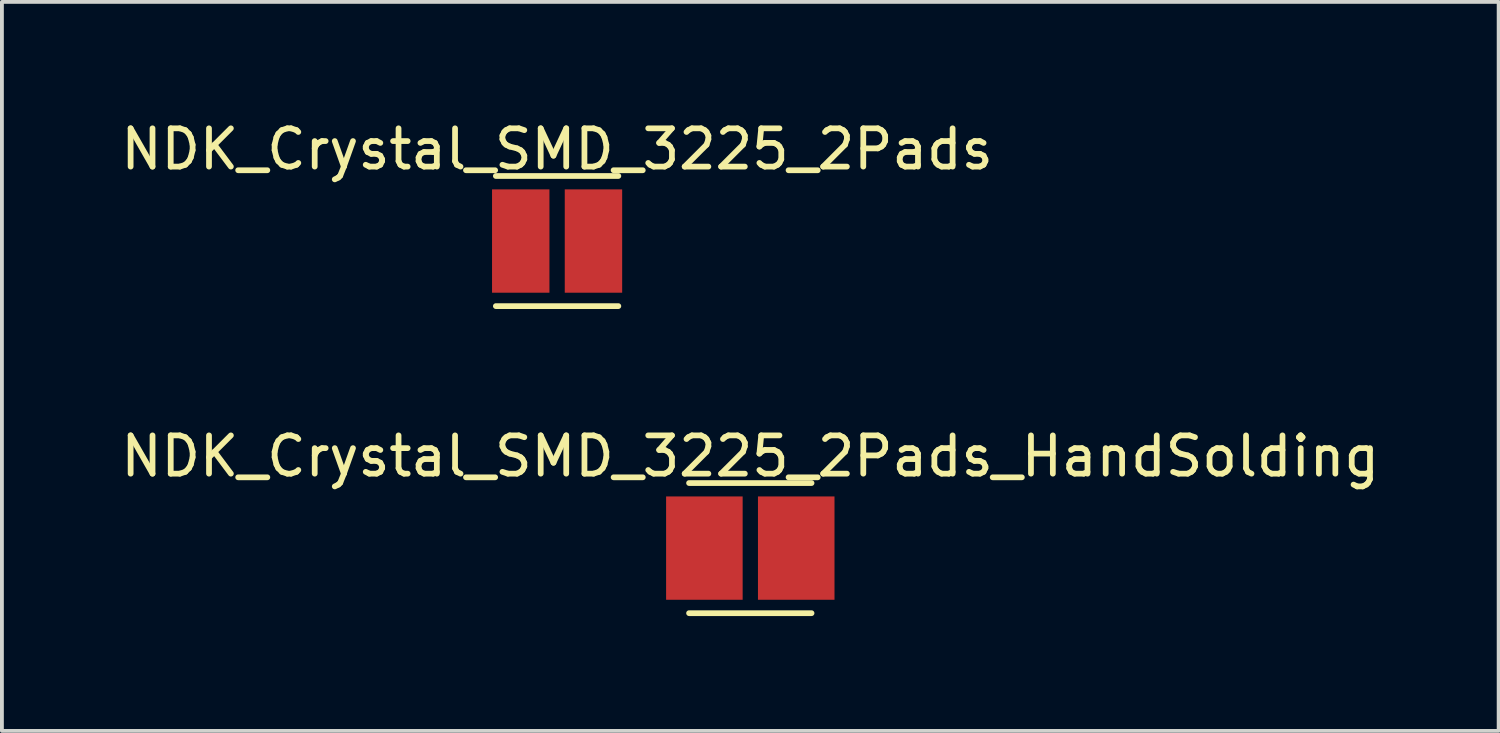
<source format=kicad_pcb>
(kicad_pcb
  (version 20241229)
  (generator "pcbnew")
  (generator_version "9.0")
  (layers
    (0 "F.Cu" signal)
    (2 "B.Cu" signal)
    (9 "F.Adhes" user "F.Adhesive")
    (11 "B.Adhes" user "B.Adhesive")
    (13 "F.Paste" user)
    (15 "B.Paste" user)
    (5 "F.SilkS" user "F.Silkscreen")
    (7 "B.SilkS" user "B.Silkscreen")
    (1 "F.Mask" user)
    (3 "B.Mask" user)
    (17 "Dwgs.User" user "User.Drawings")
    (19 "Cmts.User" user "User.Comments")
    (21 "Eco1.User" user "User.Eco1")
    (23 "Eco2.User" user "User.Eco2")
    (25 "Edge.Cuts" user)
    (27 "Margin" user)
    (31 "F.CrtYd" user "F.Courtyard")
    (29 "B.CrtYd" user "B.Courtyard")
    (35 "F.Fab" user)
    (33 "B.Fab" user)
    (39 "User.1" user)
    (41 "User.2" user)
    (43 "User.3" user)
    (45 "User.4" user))
  (footprint "NDK_Crystal_SMD_3225_2Pads_HandSolding"
    (layer "F.Cu")
    (at 16.554 11.271)
    (property "Reference" "NDK_Crystal_SMD_3225_2Pads_HandSolding" (at 0 -2.4 0) (layer "F.SilkS") (effects (font (size 1 1) (thickness 0.15))))
    (attr smd)
    (fp_line (start -1.6 -1.7) (end 1.6 -1.7) (stroke (width 0.15) (type solid)) (layer "F.SilkS"))
    (fp_line (start 1.6 1.7) (end -1.6 1.7) (stroke (width 0.15) (type solid)) (layer "F.SilkS"))
    (pad "1" smd rect (at -1.45 0) (size 2 2.7) (drill (offset 0.25 0)) (layers "F.Cu" "F.Mask" "F.Paste"))
    (pad "2" smd rect (at 1.45 0) (size 2 2.7) (drill (offset -0.25 0)) (layers "F.Cu" "F.Mask" "F.Paste")))
  (footprint "NDK_Crystal_SMD_3225_2Pads"
    (layer "F.Cu")
    (at 11.506 3.248)
    (property "Reference" "NDK_Crystal_SMD_3225_2Pads" (at 0 -2.4 0) (layer "F.SilkS") (effects (font (size 1 1) (thickness 0.15))))
    (attr smd)
    (fp_line (start -1.6 -1.7) (end 1.6 -1.7) (stroke (width 0.15) (type solid)) (layer "F.SilkS"))
    (fp_line (start 1.6 1.7) (end -1.6 1.7) (stroke (width 0.15) (type solid)) (layer "F.SilkS"))
    (pad "1" smd rect (at -0.95 0) (size 1.5 2.7) (layers "F.Cu" "F.Mask" "F.Paste"))
    (pad "2" smd rect (at 0.95 0) (size 1.5 2.7) (layers "F.Cu" "F.Mask" "F.Paste")))
  (gr_rect
    (start -3 -3)
    (end 36.107 16.047)
    (stroke (width 0.1) (type default))
    (fill no)
    (layer "Edge.Cuts")))
</source>
